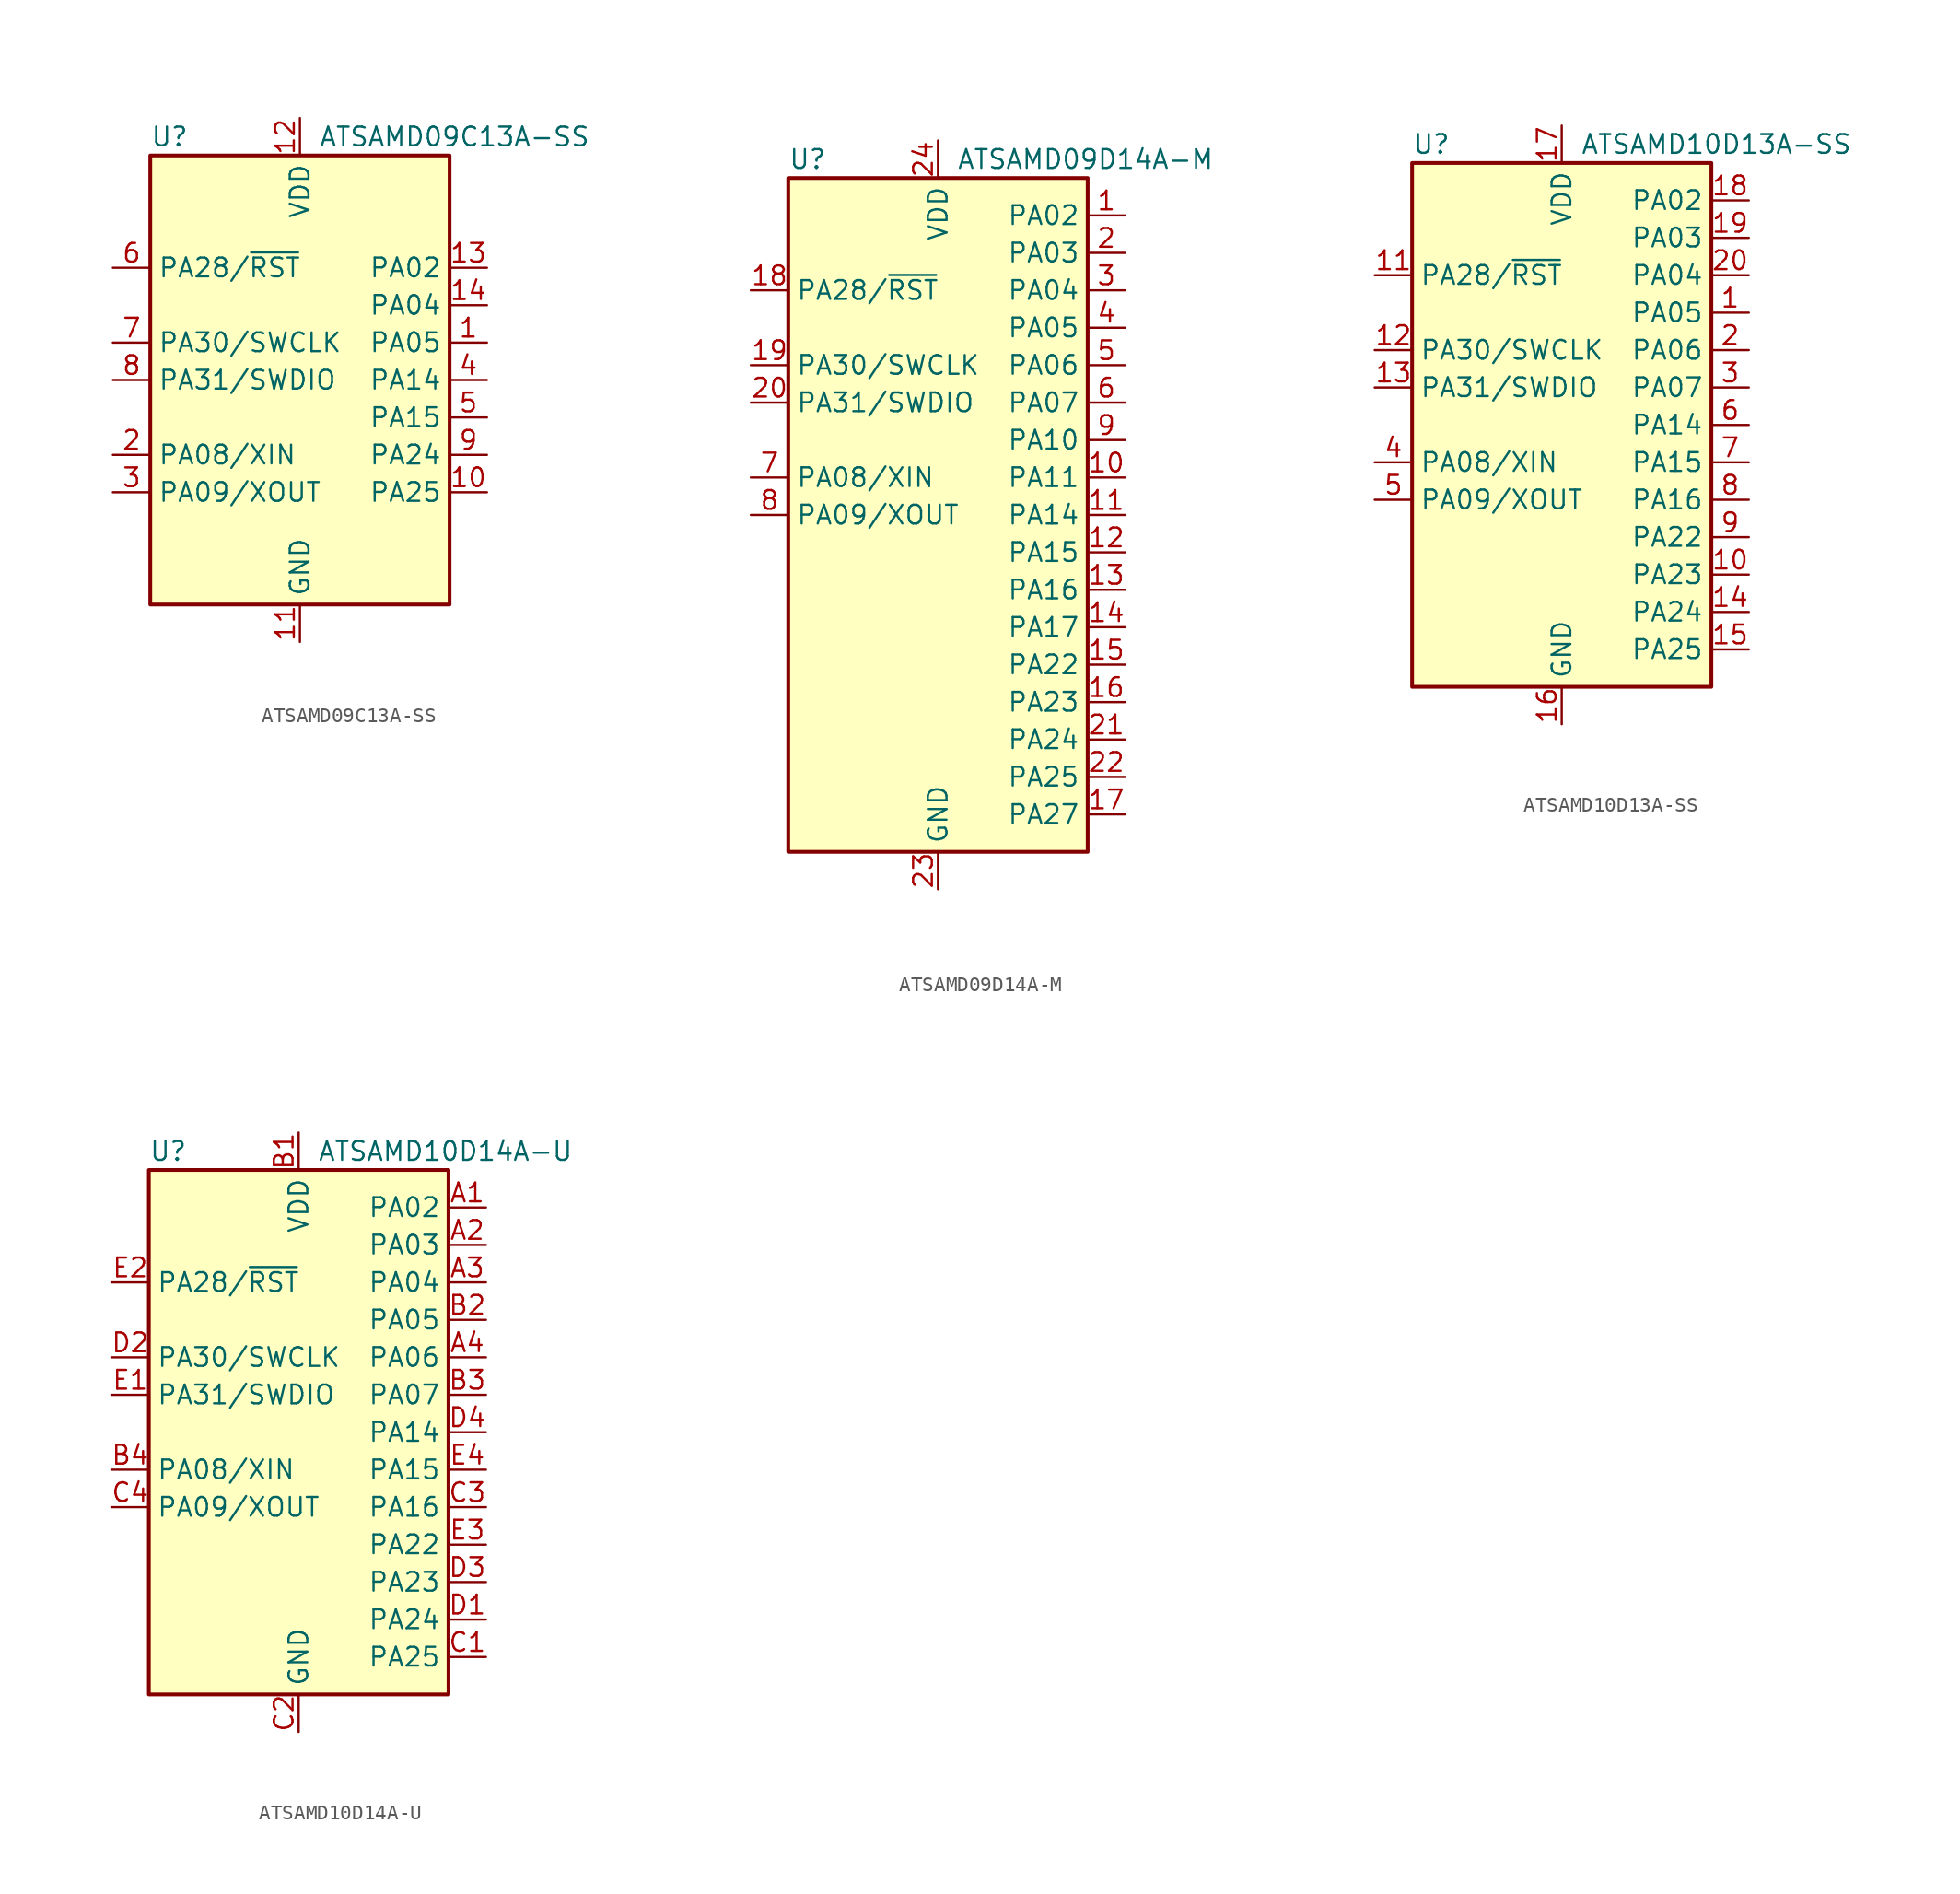
<source format=kicad_sym>
(kicad_symbol_lib
  (version 20241209)
  (generator "kicad_symbol_editor")
  (generator_version "9.0")
  (symbol "ATSAMD09C13A-SS"
    (property "Reference" "U"
      (at -10.16 16.51 0)
      (effects (font (size 1.27 1.27)) (justify left)))
    (property "Value" "ATSAMD09C13A-SS"
      (at 1.27 16.51 0)
      (effects (font (size 1.27 1.27)) (justify left)))
    (symbol "ATSAMD09C13A-SS_0_1"
      (rectangle (start -10.16 15.24) (end 10.16 -15.24) (stroke (width 0.254) (type default)) (fill (type background))))
    (symbol "ATSAMD09C13A-SS_1_1"
      (pin bidirectional line (at -12.7 7.62 0) (length 2.54) (name "PA28/~{RST}" (effects (font (size 1.27 1.27)))) (number "6" (effects (font (size 1.27 1.27)))))
      (pin bidirectional line (at -12.7 2.54 0) (length 2.54) (name "PA30/SWCLK" (effects (font (size 1.27 1.27)))) (number "7" (effects (font (size 1.27 1.27)))))
      (pin bidirectional line (at -12.7 0 0) (length 2.54) (name "PA31/SWDIO" (effects (font (size 1.27 1.27)))) (number "8" (effects (font (size 1.27 1.27)))))
      (pin bidirectional line (at -12.7 -5.08 0) (length 2.54) (name "PA08/XIN" (effects (font (size 1.27 1.27)))) (number "2" (effects (font (size 1.27 1.27)))))
      (pin bidirectional line (at -12.7 -7.62 0) (length 2.54) (name "PA09/XOUT" (effects (font (size 1.27 1.27)))) (number "3" (effects (font (size 1.27 1.27)))))
      (pin power_in line (at 0 17.78 270) (length 2.54) (name "VDD" (effects (font (size 1.27 1.27)))) (number "12" (effects (font (size 1.27 1.27)))))
      (pin power_in line (at 0 -17.78 90) (length 2.54) (name "GND" (effects (font (size 1.27 1.27)))) (number "11" (effects (font (size 1.27 1.27)))))
      (pin bidirectional line (at 12.7 7.62 180) (length 2.54) (name "PA02" (effects (font (size 1.27 1.27)))) (number "13" (effects (font (size 1.27 1.27)))))
      (pin bidirectional line (at 12.7 5.08 180) (length 2.54) (name "PA04" (effects (font (size 1.27 1.27)))) (number "14" (effects (font (size 1.27 1.27)))))
      (pin bidirectional line (at 12.7 2.54 180) (length 2.54) (name "PA05" (effects (font (size 1.27 1.27)))) (number "1" (effects (font (size 1.27 1.27)))))
      (pin bidirectional line (at 12.7 0 180) (length 2.54) (name "PA14" (effects (font (size 1.27 1.27)))) (number "4" (effects (font (size 1.27 1.27)))))
      (pin bidirectional line (at 12.7 -2.54 180) (length 2.54) (name "PA15" (effects (font (size 1.27 1.27)))) (number "5" (effects (font (size 1.27 1.27)))))
      (pin bidirectional line (at 12.7 -5.08 180) (length 2.54) (name "PA24" (effects (font (size 1.27 1.27)))) (number "9" (effects (font (size 1.27 1.27)))))
      (pin bidirectional line (at 12.7 -7.62 180) (length 2.54) (name "PA25" (effects (font (size 1.27 1.27)))) (number "10" (effects (font (size 1.27 1.27)))))))
  (symbol "ATSAMD09D14A-M"
    (property "Reference" "U"
      (at -10.16 24.13 0)
      (effects (font (size 1.27 1.27)) (justify left)))
    (property "Value" "ATSAMD09D14A-M"
      (at 1.27 24.13 0)
      (effects (font (size 1.27 1.27)) (justify left)))
    (symbol "ATSAMD09D14A-M_0_1"
      (rectangle (start -10.16 22.86) (end 10.16 -22.86) (stroke (width 0.254) (type default)) (fill (type background))))
    (symbol "ATSAMD09D14A-M_1_1"
      (pin bidirectional line (at -12.7 15.24 0) (length 2.54) (name "PA28/~{RST}" (effects (font (size 1.27 1.27)))) (number "18" (effects (font (size 1.27 1.27)))))
      (pin bidirectional line (at -12.7 10.16 0) (length 2.54) (name "PA30/SWCLK" (effects (font (size 1.27 1.27)))) (number "19" (effects (font (size 1.27 1.27)))))
      (pin bidirectional line (at -12.7 7.62 0) (length 2.54) (name "PA31/SWDIO" (effects (font (size 1.27 1.27)))) (number "20" (effects (font (size 1.27 1.27)))))
      (pin bidirectional line (at -12.7 2.54 0) (length 2.54) (name "PA08/XIN" (effects (font (size 1.27 1.27)))) (number "7" (effects (font (size 1.27 1.27)))))
      (pin bidirectional line (at -12.7 0 0) (length 2.54) (name "PA09/XOUT" (effects (font (size 1.27 1.27)))) (number "8" (effects (font (size 1.27 1.27)))))
      (pin power_in line (at 0 25.4 270) (length 2.54) (name "VDD" (effects (font (size 1.27 1.27)))) (number "24" (effects (font (size 1.27 1.27)))))
      (pin power_in line (at 0 -25.4 90) (length 2.54) (name "GND" (effects (font (size 1.27 1.27)))) (number "23" (effects (font (size 1.27 1.27)))))
      (pin bidirectional line (at 12.7 20.32 180) (length 2.54) (name "PA02" (effects (font (size 1.27 1.27)))) (number "1" (effects (font (size 1.27 1.27)))))
      (pin bidirectional line (at 12.7 17.78 180) (length 2.54) (name "PA03" (effects (font (size 1.27 1.27)))) (number "2" (effects (font (size 1.27 1.27)))))
      (pin bidirectional line (at 12.7 15.24 180) (length 2.54) (name "PA04" (effects (font (size 1.27 1.27)))) (number "3" (effects (font (size 1.27 1.27)))))
      (pin bidirectional line (at 12.7 12.7 180) (length 2.54) (name "PA05" (effects (font (size 1.27 1.27)))) (number "4" (effects (font (size 1.27 1.27)))))
      (pin bidirectional line (at 12.7 10.16 180) (length 2.54) (name "PA06" (effects (font (size 1.27 1.27)))) (number "5" (effects (font (size 1.27 1.27)))))
      (pin bidirectional line (at 12.7 7.62 180) (length 2.54) (name "PA07" (effects (font (size 1.27 1.27)))) (number "6" (effects (font (size 1.27 1.27)))))
      (pin bidirectional line (at 12.7 5.08 180) (length 2.54) (name "PA10" (effects (font (size 1.27 1.27)))) (number "9" (effects (font (size 1.27 1.27)))))
      (pin bidirectional line (at 12.7 2.54 180) (length 2.54) (name "PA11" (effects (font (size 1.27 1.27)))) (number "10" (effects (font (size 1.27 1.27)))))
      (pin bidirectional line (at 12.7 0 180) (length 2.54) (name "PA14" (effects (font (size 1.27 1.27)))) (number "11" (effects (font (size 1.27 1.27)))))
      (pin bidirectional line (at 12.7 -2.54 180) (length 2.54) (name "PA15" (effects (font (size 1.27 1.27)))) (number "12" (effects (font (size 1.27 1.27)))))
      (pin bidirectional line (at 12.7 -5.08 180) (length 2.54) (name "PA16" (effects (font (size 1.27 1.27)))) (number "13" (effects (font (size 1.27 1.27)))))
      (pin bidirectional line (at 12.7 -7.62 180) (length 2.54) (name "PA17" (effects (font (size 1.27 1.27)))) (number "14" (effects (font (size 1.27 1.27)))))
      (pin bidirectional line (at 12.7 -10.16 180) (length 2.54) (name "PA22" (effects (font (size 1.27 1.27)))) (number "15" (effects (font (size 1.27 1.27)))))
      (pin bidirectional line (at 12.7 -12.7 180) (length 2.54) (name "PA23" (effects (font (size 1.27 1.27)))) (number "16" (effects (font (size 1.27 1.27)))))
      (pin bidirectional line (at 12.7 -15.24 180) (length 2.54) (name "PA24" (effects (font (size 1.27 1.27)))) (number "21" (effects (font (size 1.27 1.27)))))
      (pin bidirectional line (at 12.7 -17.78 180) (length 2.54) (name "PA25" (effects (font (size 1.27 1.27)))) (number "22" (effects (font (size 1.27 1.27)))))
      (pin bidirectional line (at 12.7 -20.32 180) (length 2.54) (name "PA27" (effects (font (size 1.27 1.27)))) (number "17" (effects (font (size 1.27 1.27)))))))
  (symbol "ATSAMD10D13A-SS"
    (property "Reference" "U"
      (at -10.16 19.05 0)
      (effects (font (size 1.27 1.27)) (justify left)))
    (property "Value" "ATSAMD10D13A-SS"
      (at 1.27 19.05 0)
      (effects (font (size 1.27 1.27)) (justify left)))
    (symbol "ATSAMD10D13A-SS_0_1"
      (rectangle (start -10.16 17.78) (end 10.16 -17.78) (stroke (width 0.254) (type default)) (fill (type background))))
    (symbol "ATSAMD10D13A-SS_1_1"
      (pin bidirectional line (at -12.7 10.16 0) (length 2.54) (name "PA28/~{RST}" (effects (font (size 1.27 1.27)))) (number "11" (effects (font (size 1.27 1.27)))))
      (pin bidirectional line (at -12.7 5.08 0) (length 2.54) (name "PA30/SWCLK" (effects (font (size 1.27 1.27)))) (number "12" (effects (font (size 1.27 1.27)))))
      (pin bidirectional line (at -12.7 2.54 0) (length 2.54) (name "PA31/SWDIO" (effects (font (size 1.27 1.27)))) (number "13" (effects (font (size 1.27 1.27)))))
      (pin bidirectional line (at -12.7 -2.54 0) (length 2.54) (name "PA08/XIN" (effects (font (size 1.27 1.27)))) (number "4" (effects (font (size 1.27 1.27)))))
      (pin bidirectional line (at -12.7 -5.08 0) (length 2.54) (name "PA09/XOUT" (effects (font (size 1.27 1.27)))) (number "5" (effects (font (size 1.27 1.27)))))
      (pin power_in line (at 0 20.32 270) (length 2.54) (name "VDD" (effects (font (size 1.27 1.27)))) (number "17" (effects (font (size 1.27 1.27)))))
      (pin power_in line (at 0 -20.32 90) (length 2.54) (name "GND" (effects (font (size 1.27 1.27)))) (number "16" (effects (font (size 1.27 1.27)))))
      (pin bidirectional line (at 12.7 15.24 180) (length 2.54) (name "PA02" (effects (font (size 1.27 1.27)))) (number "18" (effects (font (size 1.27 1.27)))))
      (pin bidirectional line (at 12.7 12.7 180) (length 2.54) (name "PA03" (effects (font (size 1.27 1.27)))) (number "19" (effects (font (size 1.27 1.27)))))
      (pin bidirectional line (at 12.7 10.16 180) (length 2.54) (name "PA04" (effects (font (size 1.27 1.27)))) (number "20" (effects (font (size 1.27 1.27)))))
      (pin bidirectional line (at 12.7 7.62 180) (length 2.54) (name "PA05" (effects (font (size 1.27 1.27)))) (number "1" (effects (font (size 1.27 1.27)))))
      (pin bidirectional line (at 12.7 5.08 180) (length 2.54) (name "PA06" (effects (font (size 1.27 1.27)))) (number "2" (effects (font (size 1.27 1.27)))))
      (pin bidirectional line (at 12.7 2.54 180) (length 2.54) (name "PA07" (effects (font (size 1.27 1.27)))) (number "3" (effects (font (size 1.27 1.27)))))
      (pin bidirectional line (at 12.7 0 180) (length 2.54) (name "PA14" (effects (font (size 1.27 1.27)))) (number "6" (effects (font (size 1.27 1.27)))))
      (pin bidirectional line (at 12.7 -2.54 180) (length 2.54) (name "PA15" (effects (font (size 1.27 1.27)))) (number "7" (effects (font (size 1.27 1.27)))))
      (pin bidirectional line (at 12.7 -5.08 180) (length 2.54) (name "PA16" (effects (font (size 1.27 1.27)))) (number "8" (effects (font (size 1.27 1.27)))))
      (pin bidirectional line (at 12.7 -7.62 180) (length 2.54) (name "PA22" (effects (font (size 1.27 1.27)))) (number "9" (effects (font (size 1.27 1.27)))))
      (pin bidirectional line (at 12.7 -10.16 180) (length 2.54) (name "PA23" (effects (font (size 1.27 1.27)))) (number "10" (effects (font (size 1.27 1.27)))))
      (pin bidirectional line (at 12.7 -12.7 180) (length 2.54) (name "PA24" (effects (font (size 1.27 1.27)))) (number "14" (effects (font (size 1.27 1.27)))))
      (pin bidirectional line (at 12.7 -15.24 180) (length 2.54) (name "PA25" (effects (font (size 1.27 1.27)))) (number "15" (effects (font (size 1.27 1.27)))))))
  (symbol "ATSAMD10D14A-U"
    (property "Reference" "U"
      (at -10.16 19.05 0)
      (effects (font (size 1.27 1.27)) (justify left)))
    (property "Value" "ATSAMD10D14A-U"
      (at 1.27 19.05 0)
      (effects (font (size 1.27 1.27)) (justify left)))
    (symbol "ATSAMD10D14A-U_0_1"
      (rectangle (start -10.16 17.78) (end 10.16 -17.78) (stroke (width 0.254) (type default)) (fill (type background))))
    (symbol "ATSAMD10D14A-U_1_1"
      (pin bidirectional line (at -12.7 10.16 0) (length 2.54) (name "PA28/~{RST}" (effects (font (size 1.27 1.27)))) (number "E2" (effects (font (size 1.27 1.27)))))
      (pin bidirectional line (at -12.7 5.08 0) (length 2.54) (name "PA30/SWCLK" (effects (font (size 1.27 1.27)))) (number "D2" (effects (font (size 1.27 1.27)))))
      (pin bidirectional line (at -12.7 2.54 0) (length 2.54) (name "PA31/SWDIO" (effects (font (size 1.27 1.27)))) (number "E1" (effects (font (size 1.27 1.27)))))
      (pin bidirectional line (at -12.7 -2.54 0) (length 2.54) (name "PA08/XIN" (effects (font (size 1.27 1.27)))) (number "B4" (effects (font (size 1.27 1.27)))))
      (pin bidirectional line (at -12.7 -5.08 0) (length 2.54) (name "PA09/XOUT" (effects (font (size 1.27 1.27)))) (number "C4" (effects (font (size 1.27 1.27)))))
      (pin power_in line (at 0 20.32 270) (length 2.54) (name "VDD" (effects (font (size 1.27 1.27)))) (number "B1" (effects (font (size 1.27 1.27)))))
      (pin power_in line (at 0 -20.32 90) (length 2.54) (name "GND" (effects (font (size 1.27 1.27)))) (number "C2" (effects (font (size 1.27 1.27)))))
      (pin bidirectional line (at 12.7 15.24 180) (length 2.54) (name "PA02" (effects (font (size 1.27 1.27)))) (number "A1" (effects (font (size 1.27 1.27)))))
      (pin bidirectional line (at 12.7 12.7 180) (length 2.54) (name "PA03" (effects (font (size 1.27 1.27)))) (number "A2" (effects (font (size 1.27 1.27)))))
      (pin bidirectional line (at 12.7 10.16 180) (length 2.54) (name "PA04" (effects (font (size 1.27 1.27)))) (number "A3" (effects (font (size 1.27 1.27)))))
      (pin bidirectional line (at 12.7 7.62 180) (length 2.54) (name "PA05" (effects (font (size 1.27 1.27)))) (number "B2" (effects (font (size 1.27 1.27)))))
      (pin bidirectional line (at 12.7 5.08 180) (length 2.54) (name "PA06" (effects (font (size 1.27 1.27)))) (number "A4" (effects (font (size 1.27 1.27)))))
      (pin bidirectional line (at 12.7 2.54 180) (length 2.54) (name "PA07" (effects (font (size 1.27 1.27)))) (number "B3" (effects (font (size 1.27 1.27)))))
      (pin bidirectional line (at 12.7 0 180) (length 2.54) (name "PA14" (effects (font (size 1.27 1.27)))) (number "D4" (effects (font (size 1.27 1.27)))))
      (pin bidirectional line (at 12.7 -2.54 180) (length 2.54) (name "PA15" (effects (font (size 1.27 1.27)))) (number "E4" (effects (font (size 1.27 1.27)))))
      (pin bidirectional line (at 12.7 -5.08 180) (length 2.54) (name "PA16" (effects (font (size 1.27 1.27)))) (number "C3" (effects (font (size 1.27 1.27)))))
      (pin bidirectional line (at 12.7 -7.62 180) (length 2.54) (name "PA22" (effects (font (size 1.27 1.27)))) (number "E3" (effects (font (size 1.27 1.27)))))
      (pin bidirectional line (at 12.7 -10.16 180) (length 2.54) (name "PA23" (effects (font (size 1.27 1.27)))) (number "D3" (effects (font (size 1.27 1.27)))))
      (pin bidirectional line (at 12.7 -12.7 180) (length 2.54) (name "PA24" (effects (font (size 1.27 1.27)))) (number "D1" (effects (font (size 1.27 1.27)))))
      (pin bidirectional line (at 12.7 -15.24 180) (length 2.54) (name "PA25" (effects (font (size 1.27 1.27)))) (number "C1" (effects (font (size 1.27 1.27))))))))
</source>
